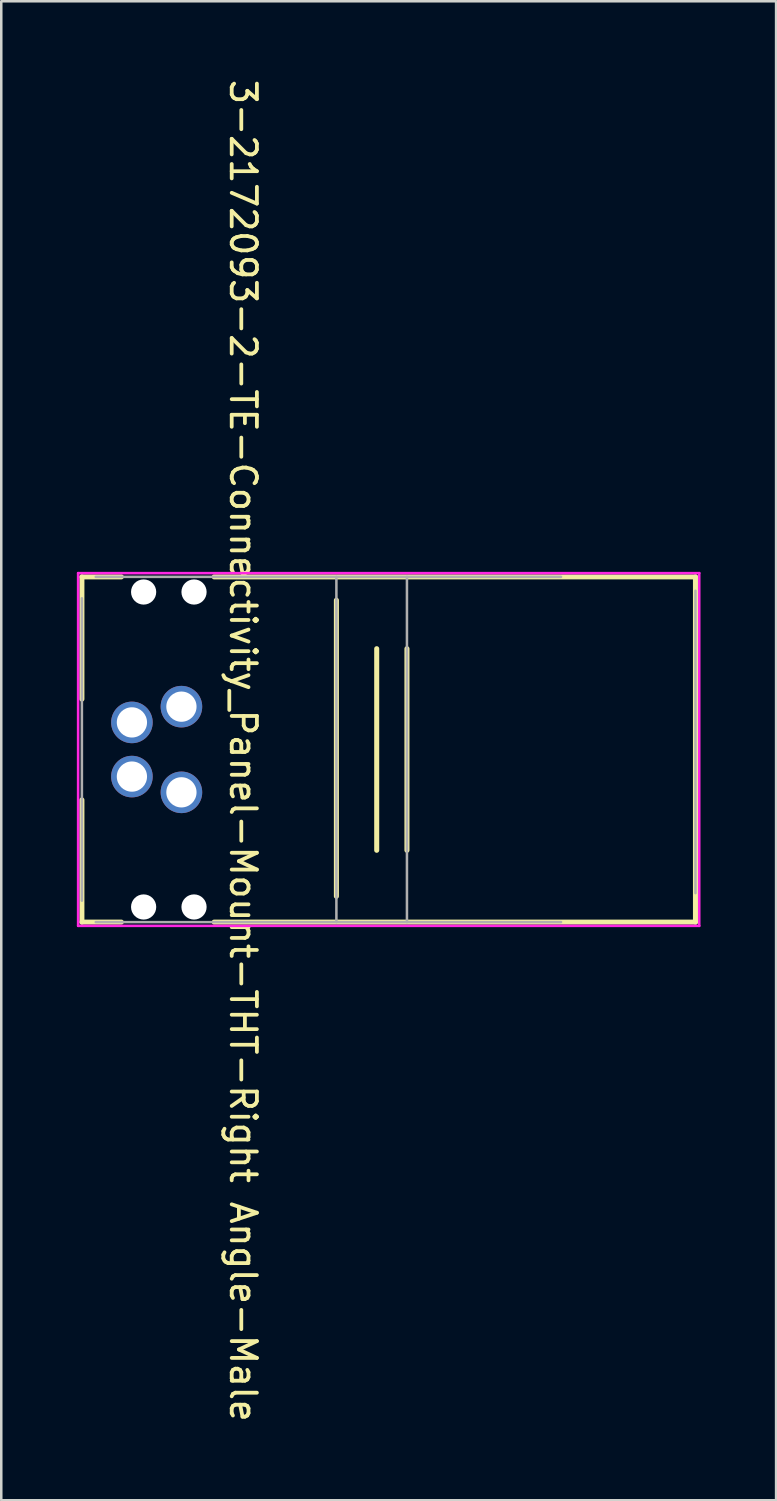
<source format=kicad_pcb>
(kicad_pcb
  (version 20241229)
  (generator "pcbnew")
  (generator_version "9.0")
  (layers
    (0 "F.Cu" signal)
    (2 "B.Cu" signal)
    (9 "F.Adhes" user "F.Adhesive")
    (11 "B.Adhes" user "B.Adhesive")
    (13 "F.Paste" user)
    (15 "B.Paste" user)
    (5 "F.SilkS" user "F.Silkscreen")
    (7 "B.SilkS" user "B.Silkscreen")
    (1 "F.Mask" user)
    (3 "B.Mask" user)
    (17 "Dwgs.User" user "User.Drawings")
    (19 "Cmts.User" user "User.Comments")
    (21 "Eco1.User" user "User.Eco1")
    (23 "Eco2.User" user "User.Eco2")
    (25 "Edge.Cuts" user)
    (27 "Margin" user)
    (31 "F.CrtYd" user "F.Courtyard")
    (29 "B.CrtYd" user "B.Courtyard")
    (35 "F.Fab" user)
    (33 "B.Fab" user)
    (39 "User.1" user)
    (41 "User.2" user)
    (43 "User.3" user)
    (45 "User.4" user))
  (footprint "3-2172093-2-TE-Connectivity_Panel-Mount-THT-Right Angle-Male"
    (layer "F.Cu")
    (at 8.85 26.694)
    (property "Reference" "3-2172093-2-TE-Connectivity_Panel-Mount-THT-Right Angle-Male" (at -2.25 0.05 270) (unlocked yes) (layer "F.SilkS") (effects (font (size 1 1) (thickness 0.15))))
    (attr through_hole)
    (fp_line (start -8.65 -6.85) (end -8.65 -2) (stroke (width 0.2) (type solid)) (layer "F.SilkS"))
    (fp_line (start -8.65 2) (end -8.65 6.85) (stroke (width 0.2) (type solid)) (layer "F.SilkS"))
    (fp_line (start -8.65 6.85) (end -7.085 6.85) (stroke (width 0.2) (type solid)) (layer "F.SilkS"))
    (fp_line (start -7.085 -6.85) (end -8.65 -6.85) (stroke (width 0.2) (type solid)) (layer "F.SilkS"))
    (fp_line (start -3.4 6.85) (end 15.7 6.85) (stroke (width 0.2) (type solid)) (layer "F.SilkS"))
    (fp_line (start 1.45 5.825) (end 1.45 -5.925) (stroke (width 0.2) (type solid)) (layer "F.SilkS"))
    (fp_line (start 3.05 4) (end 3.05 -4) (stroke (width 0.2) (type solid)) (layer "F.SilkS"))
    (fp_line (start 4.25 4) (end 4.25 -4) (stroke (width 0.2) (type solid)) (layer "F.SilkS"))
    (fp_line (start 15.7 -6.85) (end -3.4 -6.85) (stroke (width 0.2) (type solid)) (layer "F.SilkS"))
    (fp_line (start 15.7 6.85) (end 15.7 -6.85) (stroke (width 0.2) (type solid)) (layer "F.SilkS"))
    (fp_line (start -8.8 -7) (end 15.85 -7) (stroke (width 0.1) (type solid)) (layer "F.CrtYd"))
    (fp_line (start -8.8 7) (end -8.8 -7) (stroke (width 0.1) (type solid)) (layer "F.CrtYd"))
    (fp_line (start 15.85 -7) (end 15.85 7) (stroke (width 0.1) (type solid)) (layer "F.CrtYd"))
    (fp_line (start 15.85 7) (end -8.8 7) (stroke (width 0.1) (type solid)) (layer "F.CrtYd"))
    (fp_line (start -8.65 -6) (end -8.65 6) (stroke (width 0.1) (type solid)) (layer "F.Fab"))
    (fp_line (start -8.1 6.85) (end 10.365 6.85) (stroke (width 0.1) (type solid)) (layer "F.Fab"))
    (fp_line (start 1.45 6.85) (end 1.45 -6.85) (stroke (width 0.1) (type solid)) (layer "F.Fab"))
    (fp_line (start 4.25 6.85) (end 4.25 -6.85) (stroke (width 0.1) (type solid)) (layer "F.Fab"))
    (fp_line (start 10.365 -6.85) (end -8.1 -6.85) (stroke (width 0.1) (type solid)) (layer "F.Fab"))
    (fp_line (start 15.7 5.7) (end 15.7 -6.3) (stroke (width 0.1) (type solid)) (layer "F.Fab"))
    (pad "" np_thru_hole circle (at -6.2 -6.25) (size 1 1) (drill 1) (layers "*.Cu" "*.Mask"))
    (pad "" np_thru_hole circle (at -6.2 6.25) (size 1 1) (drill 1) (layers "*.Cu" "*.Mask"))
    (pad "" np_thru_hole circle (at -4.2 -6.25) (size 1 1) (drill 1) (layers "*.Cu" "*.Mask"))
    (pad "" np_thru_hole circle (at -4.2 6.25) (size 1 1) (drill 1) (layers "*.Cu" "*.Mask"))
    (pad "1" thru_hole circle (at -4.7 -1.7) (size 1.65 1.65) (drill 1.2) (layers "*.Cu" "*.Mask"))
    (pad "2" thru_hole circle (at -6.665 -1.075) (size 1.65 1.65) (drill 1.2) (layers "*.Cu" "*.Mask"))
    (pad "3" thru_hole circle (at -4.7 1.7) (size 1.65 1.65) (drill 1.2) (layers "*.Cu" "*.Mask"))
    (pad "4" thru_hole circle (at -6.665 1.075) (size 1.65 1.65) (drill 1.2) (layers "*.Cu" "*.Mask")))
  (gr_rect
    (start -3 -3)
    (end 27.75 56.488)
    (stroke (width 0.1) (type default))
    (fill no)
    (layer "Edge.Cuts")))
</source>
